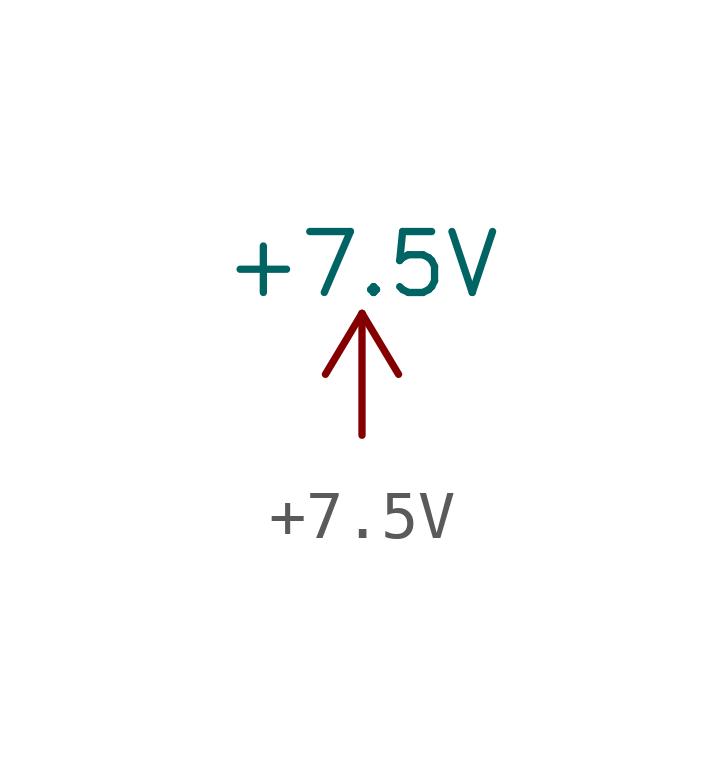
<source format=kicad_sym>
(kicad_symbol_lib
  (version 20220914)
  (generator kicad_symbol_editor)
  (symbol "+7.5V"
    (power)
    (pin_names
      (offset 0))
    (property "Reference" "#PWR"
      (at 0 -3.81 0)
      (effects (font (size 1.27 1.27)) hide))
    (property "Value" "+7.5V"
      (at 0 3.556 0)
      (effects (font (size 1.27 1.27))))
    (symbol "+7.5V_0_1"
      (polyline (pts (xy -0.762 1.27) (xy 0 2.54)) (stroke (width 0) (type default)) (fill (type none)))
      (polyline (pts (xy 0 0) (xy 0 2.54)) (stroke (width 0) (type default)) (fill (type none)))
      (polyline (pts (xy 0 2.54) (xy 0.762 1.27)) (stroke (width 0) (type default)) (fill (type none))))
    (symbol "+7.5V_1_1"
      (pin power_in line (at 0 0 90) (length 0) hide (name "+7.5V" (effects (font (size 1.27 1.27)))) (number "1" (effects (font (size 1.27 1.27))))))))
</source>
